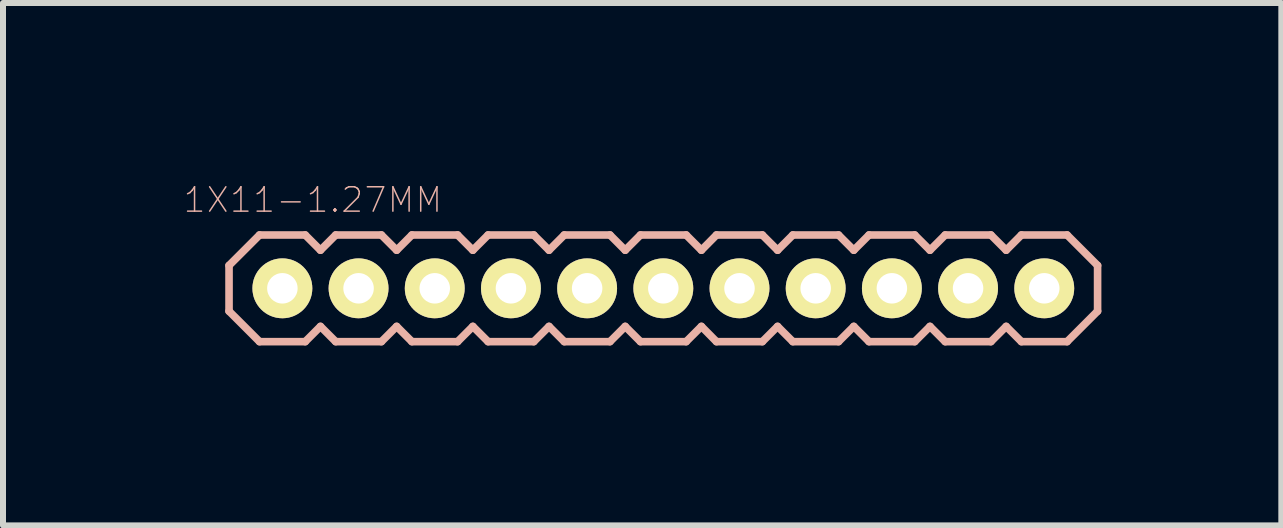
<source format=kicad_pcb>
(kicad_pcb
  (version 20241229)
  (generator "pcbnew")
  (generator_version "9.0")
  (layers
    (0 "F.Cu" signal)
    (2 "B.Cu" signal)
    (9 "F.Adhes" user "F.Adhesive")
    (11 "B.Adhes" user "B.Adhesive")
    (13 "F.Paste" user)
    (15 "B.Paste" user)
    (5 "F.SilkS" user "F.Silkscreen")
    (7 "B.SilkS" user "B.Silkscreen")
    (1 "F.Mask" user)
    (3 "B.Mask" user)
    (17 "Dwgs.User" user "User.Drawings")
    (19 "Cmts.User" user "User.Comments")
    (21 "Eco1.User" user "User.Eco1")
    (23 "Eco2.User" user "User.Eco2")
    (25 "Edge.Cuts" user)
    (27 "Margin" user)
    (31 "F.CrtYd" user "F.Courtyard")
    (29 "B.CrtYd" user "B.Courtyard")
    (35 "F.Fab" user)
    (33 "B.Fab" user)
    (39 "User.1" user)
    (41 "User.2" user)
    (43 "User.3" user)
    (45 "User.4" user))
  (footprint "1X11-1.27MM"
    (layer "F.Cu")
    (at 1.657 1.756)
    (property "Reference" "1X11-1.27MM" (at 0.508 -1.473 0) (layer "B.SilkS") (effects (font (size 0.406 0.406) (thickness 0.025))))
    (attr exclude_from_pos_files exclude_from_bom)
    (fp_line (start -0.889 -0.381) (end -0.889 0.381) (stroke (width 0.127) (type solid)) (layer "B.SilkS"))
    (fp_line (start -0.889 0.381) (end -0.381 0.889) (stroke (width 0.127) (type solid)) (layer "B.SilkS"))
    (fp_line (start -0.381 -0.889) (end -0.889 -0.381) (stroke (width 0.127) (type solid)) (layer "B.SilkS"))
    (fp_line (start -0.381 0.889) (end 0.381 0.889) (stroke (width 0.127) (type solid)) (layer "B.SilkS"))
    (fp_line (start 0.381 -0.889) (end -0.381 -0.889) (stroke (width 0.127) (type solid)) (layer "B.SilkS"))
    (fp_line (start 0.381 0.889) (end 0.635 0.635) (stroke (width 0.127) (type solid)) (layer "B.SilkS"))
    (fp_line (start 0.635 -0.635) (end 0.381 -0.889) (stroke (width 0.127) (type solid)) (layer "B.SilkS"))
    (fp_line (start 0.635 0.635) (end 0.889 0.889) (stroke (width 0.127) (type solid)) (layer "B.SilkS"))
    (fp_line (start 0.889 -0.889) (end 0.635 -0.635) (stroke (width 0.127) (type solid)) (layer "B.SilkS"))
    (fp_line (start 0.889 0.889) (end 1.651 0.889) (stroke (width 0.127) (type solid)) (layer "B.SilkS"))
    (fp_line (start 1.651 -0.889) (end 0.889 -0.889) (stroke (width 0.127) (type solid)) (layer "B.SilkS"))
    (fp_line (start 1.651 0.889) (end 1.905 0.635) (stroke (width 0.127) (type solid)) (layer "B.SilkS"))
    (fp_line (start 1.905 -0.635) (end 1.651 -0.889) (stroke (width 0.127) (type solid)) (layer "B.SilkS"))
    (fp_line (start 1.905 0.635) (end 2.159 0.889) (stroke (width 0.127) (type solid)) (layer "B.SilkS"))
    (fp_line (start 2.159 -0.889) (end 1.905 -0.635) (stroke (width 0.127) (type solid)) (layer "B.SilkS"))
    (fp_line (start 2.159 0.889) (end 2.921 0.889) (stroke (width 0.127) (type solid)) (layer "B.SilkS"))
    (fp_line (start 2.921 -0.889) (end 2.159 -0.889) (stroke (width 0.127) (type solid)) (layer "B.SilkS"))
    (fp_line (start 2.921 0.889) (end 3.175 0.635) (stroke (width 0.127) (type solid)) (layer "B.SilkS"))
    (fp_line (start 3.175 -0.635) (end 2.921 -0.889) (stroke (width 0.127) (type solid)) (layer "B.SilkS"))
    (fp_line (start 3.175 0.635) (end 3.429 0.889) (stroke (width 0.127) (type solid)) (layer "B.SilkS"))
    (fp_line (start 3.429 -0.889) (end 3.175 -0.635) (stroke (width 0.127) (type solid)) (layer "B.SilkS"))
    (fp_line (start 3.429 0.889) (end 4.191 0.889) (stroke (width 0.127) (type solid)) (layer "B.SilkS"))
    (fp_line (start 4.191 -0.889) (end 3.429 -0.889) (stroke (width 0.127) (type solid)) (layer "B.SilkS"))
    (fp_line (start 4.191 0.889) (end 4.445 0.635) (stroke (width 0.127) (type solid)) (layer "B.SilkS"))
    (fp_line (start 4.445 -0.635) (end 4.191 -0.889) (stroke (width 0.127) (type solid)) (layer "B.SilkS"))
    (fp_line (start 4.445 0.635) (end 4.699 0.889) (stroke (width 0.127) (type solid)) (layer "B.SilkS"))
    (fp_line (start 4.699 -0.889) (end 4.445 -0.635) (stroke (width 0.127) (type solid)) (layer "B.SilkS"))
    (fp_line (start 4.699 0.889) (end 5.461 0.889) (stroke (width 0.127) (type solid)) (layer "B.SilkS"))
    (fp_line (start 5.461 -0.889) (end 4.699 -0.889) (stroke (width 0.127) (type solid)) (layer "B.SilkS"))
    (fp_line (start 5.461 0.889) (end 5.715 0.635) (stroke (width 0.127) (type solid)) (layer "B.SilkS"))
    (fp_line (start 5.715 -0.635) (end 5.461 -0.889) (stroke (width 0.127) (type solid)) (layer "B.SilkS"))
    (fp_line (start 5.715 0.635) (end 5.969 0.889) (stroke (width 0.127) (type solid)) (layer "B.SilkS"))
    (fp_line (start 5.969 -0.889) (end 5.715 -0.635) (stroke (width 0.127) (type solid)) (layer "B.SilkS"))
    (fp_line (start 5.969 0.889) (end 6.731 0.889) (stroke (width 0.127) (type solid)) (layer "B.SilkS"))
    (fp_line (start 6.731 -0.889) (end 5.969 -0.889) (stroke (width 0.127) (type solid)) (layer "B.SilkS"))
    (fp_line (start 6.731 0.889) (end 6.985 0.635) (stroke (width 0.127) (type solid)) (layer "B.SilkS"))
    (fp_line (start 6.985 -0.635) (end 6.731 -0.889) (stroke (width 0.127) (type solid)) (layer "B.SilkS"))
    (fp_line (start 6.985 0.635) (end 7.236 0.889) (stroke (width 0.127) (type solid)) (layer "B.SilkS"))
    (fp_line (start 7.236 -0.889) (end 6.985 -0.635) (stroke (width 0.127) (type solid)) (layer "B.SilkS"))
    (fp_line (start 7.236 0.889) (end 8.001 0.889) (stroke (width 0.127) (type solid)) (layer "B.SilkS"))
    (fp_line (start 8.001 -0.889) (end 7.236 -0.889) (stroke (width 0.127) (type solid)) (layer "B.SilkS"))
    (fp_line (start 8.001 0.889) (end 8.255 0.635) (stroke (width 0.127) (type solid)) (layer "B.SilkS"))
    (fp_line (start 8.255 -0.635) (end 8.001 -0.889) (stroke (width 0.127) (type solid)) (layer "B.SilkS"))
    (fp_line (start 8.255 0.635) (end 8.509 0.889) (stroke (width 0.127) (type solid)) (layer "B.SilkS"))
    (fp_line (start 8.509 -0.889) (end 8.255 -0.635) (stroke (width 0.127) (type solid)) (layer "B.SilkS"))
    (fp_line (start 8.509 0.889) (end 9.271 0.889) (stroke (width 0.127) (type solid)) (layer "B.SilkS"))
    (fp_line (start 9.271 -0.889) (end 8.509 -0.889) (stroke (width 0.127) (type solid)) (layer "B.SilkS"))
    (fp_line (start 9.271 0.889) (end 9.525 0.635) (stroke (width 0.127) (type solid)) (layer "B.SilkS"))
    (fp_line (start 9.525 -0.635) (end 9.271 -0.889) (stroke (width 0.127) (type solid)) (layer "B.SilkS"))
    (fp_line (start 9.525 0.635) (end 9.779 0.889) (stroke (width 0.127) (type solid)) (layer "B.SilkS"))
    (fp_line (start 9.779 -0.889) (end 9.525 -0.635) (stroke (width 0.127) (type solid)) (layer "B.SilkS"))
    (fp_line (start 9.779 0.889) (end 10.541 0.889) (stroke (width 0.127) (type solid)) (layer "B.SilkS"))
    (fp_line (start 10.541 -0.889) (end 9.779 -0.889) (stroke (width 0.127) (type solid)) (layer "B.SilkS"))
    (fp_line (start 10.541 0.889) (end 10.795 0.635) (stroke (width 0.127) (type solid)) (layer "B.SilkS"))
    (fp_line (start 10.795 -0.635) (end 10.541 -0.889) (stroke (width 0.127) (type solid)) (layer "B.SilkS"))
    (fp_line (start 10.795 0.635) (end 11.049 0.889) (stroke (width 0.127) (type solid)) (layer "B.SilkS"))
    (fp_line (start 11.049 -0.889) (end 10.795 -0.635) (stroke (width 0.127) (type solid)) (layer "B.SilkS"))
    (fp_line (start 11.049 0.889) (end 11.811 0.889) (stroke (width 0.127) (type solid)) (layer "B.SilkS"))
    (fp_line (start 11.811 -0.889) (end 11.049 -0.889) (stroke (width 0.127) (type solid)) (layer "B.SilkS"))
    (fp_line (start 11.811 0.889) (end 12.065 0.635) (stroke (width 0.127) (type solid)) (layer "B.SilkS"))
    (fp_line (start 12.065 -0.635) (end 11.811 -0.889) (stroke (width 0.127) (type solid)) (layer "B.SilkS"))
    (fp_line (start 12.065 0.635) (end 12.319 0.889) (stroke (width 0.127) (type solid)) (layer "B.SilkS"))
    (fp_line (start 12.319 -0.889) (end 12.065 -0.635) (stroke (width 0.127) (type solid)) (layer "B.SilkS"))
    (fp_line (start 12.319 0.889) (end 13.081 0.889) (stroke (width 0.127) (type solid)) (layer "B.SilkS"))
    (fp_line (start 13.081 -0.889) (end 12.319 -0.889) (stroke (width 0.127) (type solid)) (layer "B.SilkS"))
    (fp_line (start 13.081 0.889) (end 13.589 0.381) (stroke (width 0.127) (type solid)) (layer "B.SilkS"))
    (fp_line (start 13.589 -0.381) (end 13.081 -0.889) (stroke (width 0.127) (type solid)) (layer "B.SilkS"))
    (fp_line (start 13.589 0.381) (end 13.589 -0.381) (stroke (width 0.127) (type solid)) (layer "B.SilkS"))
    (pad "1" thru_hole circle (at 0 0) (size 0.998 0.998) (drill 0.508) (layers "*.Cu" "F.Mask" "F.SilkS" "F.Paste"))
    (pad "2" thru_hole circle (at 1.27 0) (size 0.998 0.998) (drill 0.508) (layers "*.Cu" "F.Mask" "F.SilkS" "F.Paste"))
    (pad "3" thru_hole circle (at 2.54 0) (size 0.998 0.998) (drill 0.508) (layers "*.Cu" "F.Mask" "F.SilkS" "F.Paste"))
    (pad "4" thru_hole circle (at 3.81 0) (size 0.998 0.998) (drill 0.508) (layers "*.Cu" "F.Mask" "F.SilkS" "F.Paste"))
    (pad "5" thru_hole circle (at 5.08 0) (size 0.998 0.998) (drill 0.508) (layers "*.Cu" "F.Mask" "F.SilkS" "F.Paste"))
    (pad "6" thru_hole circle (at 6.35 0) (size 0.998 0.998) (drill 0.508) (layers "*.Cu" "F.Mask" "F.SilkS" "F.Paste"))
    (pad "7" thru_hole circle (at 7.62 0) (size 0.998 0.998) (drill 0.508) (layers "*.Cu" "F.Mask" "F.SilkS" "F.Paste"))
    (pad "8" thru_hole circle (at 8.89 0) (size 0.998 0.998) (drill 0.508) (layers "*.Cu" "F.Mask" "F.SilkS" "F.Paste"))
    (pad "9" thru_hole circle (at 10.16 0) (size 0.998 0.998) (drill 0.508) (layers "*.Cu" "F.Mask" "F.SilkS" "F.Paste"))
    (pad "10" thru_hole circle (at 11.43 0) (size 0.998 0.998) (drill 0.508) (layers "*.Cu" "F.Mask" "F.SilkS" "F.Paste"))
    (pad "11" thru_hole circle (at 12.7 0) (size 0.998 0.998) (drill 0.508) (layers "*.Cu" "F.Mask" "F.SilkS" "F.Paste")))
  (gr_rect
    (start -3 -3)
    (end 18.309 5.708)
    (stroke (width 0.1) (type default))
    (fill no)
    (layer "Edge.Cuts")))
</source>
